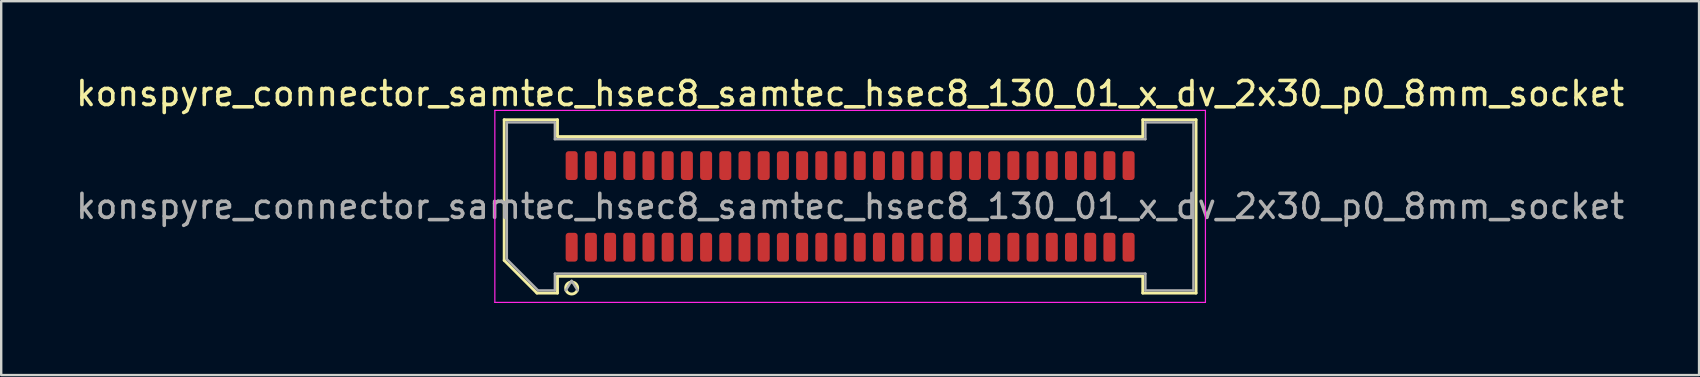
<source format=kicad_pcb>
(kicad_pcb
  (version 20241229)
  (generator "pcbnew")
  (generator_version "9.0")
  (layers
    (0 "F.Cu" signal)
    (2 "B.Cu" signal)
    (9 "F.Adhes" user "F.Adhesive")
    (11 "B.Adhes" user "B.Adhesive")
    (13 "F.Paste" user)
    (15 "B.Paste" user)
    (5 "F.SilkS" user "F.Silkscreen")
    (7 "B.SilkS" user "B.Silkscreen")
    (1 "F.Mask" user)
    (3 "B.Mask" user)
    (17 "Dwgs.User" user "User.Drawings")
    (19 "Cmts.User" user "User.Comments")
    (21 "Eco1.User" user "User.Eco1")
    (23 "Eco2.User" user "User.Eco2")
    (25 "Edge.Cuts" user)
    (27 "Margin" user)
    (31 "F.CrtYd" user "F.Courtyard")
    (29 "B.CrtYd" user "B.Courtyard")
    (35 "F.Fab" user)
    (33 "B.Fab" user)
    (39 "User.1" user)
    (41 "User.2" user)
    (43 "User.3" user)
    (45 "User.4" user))
  (footprint "konspyre_connector_samtec_hsec8_samtec_hsec8_130_01_x_dv_2x30_p0_8mm_socket"
    (layer "F.Cu")
    (at 32.363 5.548)
    (property "Reference" "konspyre_connector_samtec_hsec8_samtec_hsec8_130_01_x_dv_2x30_p0_8mm_socket" (at 0 -4.7 0) (layer "F.SilkS") (effects (font (size 1 1) (thickness 0.15))))
    (attr smd)
    (fp_line (start -14.41 -3.61) (end -12.19 -3.61) (stroke (width 0.12) (type solid)) (layer "F.SilkS"))
    (fp_line (start -14.41 2.246) (end -14.41 -3.61) (stroke (width 0.12) (type solid)) (layer "F.SilkS"))
    (fp_line (start -13.046 3.61) (end -14.41 2.246) (stroke (width 0.12) (type solid)) (layer "F.SilkS"))
    (fp_line (start -12.19 -3.61) (end -12.19 -2.91) (stroke (width 0.12) (type solid)) (layer "F.SilkS"))
    (fp_line (start -12.19 -2.91) (end 12.19 -2.91) (stroke (width 0.12) (type solid)) (layer "F.SilkS"))
    (fp_line (start -12.19 2.91) (end -12.19 3.61) (stroke (width 0.12) (type solid)) (layer "F.SilkS"))
    (fp_line (start -12.19 3.61) (end -13.046 3.61) (stroke (width 0.12) (type solid)) (layer "F.SilkS"))
    (fp_line (start 12.19 -3.61) (end 14.41 -3.61) (stroke (width 0.12) (type solid)) (layer "F.SilkS"))
    (fp_line (start 12.19 -2.91) (end 12.19 -3.61) (stroke (width 0.12) (type solid)) (layer "F.SilkS"))
    (fp_line (start 12.19 2.91) (end -12.19 2.91) (stroke (width 0.12) (type solid)) (layer "F.SilkS"))
    (fp_line (start 12.19 3.61) (end 12.19 2.91) (stroke (width 0.12) (type solid)) (layer "F.SilkS"))
    (fp_line (start 14.41 -3.61) (end 14.41 3.61) (stroke (width 0.12) (type solid)) (layer "F.SilkS"))
    (fp_line (start 14.41 3.61) (end 12.19 3.61) (stroke (width 0.12) (type solid)) (layer "F.SilkS"))
    (fp_arc (start -11.35 3.4) (mid -11.85 3.4) (end -11.35 3.4) (stroke (width 0.12) (type solid)) (layer "F.SilkS"))
    (fp_line (start -14.8 -4) (end -14.8 4) (stroke (width 0.05) (type solid)) (layer "F.CrtYd"))
    (fp_line (start -14.8 4) (end 14.8 4) (stroke (width 0.05) (type solid)) (layer "F.CrtYd"))
    (fp_line (start 14.8 -4) (end -14.8 -4) (stroke (width 0.05) (type solid)) (layer "F.CrtYd"))
    (fp_line (start 14.8 4) (end 14.8 -4) (stroke (width 0.05) (type solid)) (layer "F.CrtYd"))
    (fp_line (start -14.3 -3.5) (end -12.3 -3.5) (stroke (width 0.1) (type solid)) (layer "F.Fab"))
    (fp_line (start -14.3 2.2) (end -14.3 -3.5) (stroke (width 0.1) (type solid)) (layer "F.Fab"))
    (fp_line (start -13 3.5) (end -14.3 2.2) (stroke (width 0.1) (type solid)) (layer "F.Fab"))
    (fp_line (start -12.3 -3.5) (end -12.3 -2.8) (stroke (width 0.1) (type solid)) (layer "F.Fab"))
    (fp_line (start -12.3 -2.8) (end 12.3 -2.8) (stroke (width 0.1) (type solid)) (layer "F.Fab"))
    (fp_line (start -12.3 2.8) (end -12.3 3.5) (stroke (width 0.1) (type solid)) (layer "F.Fab"))
    (fp_line (start -12.3 3.5) (end -13 3.5) (stroke (width 0.1) (type solid)) (layer "F.Fab"))
    (fp_line (start -11.6 3.1) (end -11.85 3.5) (stroke (width 0.1) (type solid)) (layer "F.Fab"))
    (fp_line (start -11.6 3.1) (end -11.35 3.5) (stroke (width 0.1) (type solid)) (layer "F.Fab"))
    (fp_line (start 12.3 -3.5) (end 14.3 -3.5) (stroke (width 0.1) (type solid)) (layer "F.Fab"))
    (fp_line (start 12.3 -2.8) (end 12.3 -3.5) (stroke (width 0.1) (type solid)) (layer "F.Fab"))
    (fp_line (start 12.3 2.8) (end -12.3 2.8) (stroke (width 0.1) (type solid)) (layer "F.Fab"))
    (fp_line (start 12.3 3.5) (end 12.3 2.8) (stroke (width 0.1) (type solid)) (layer "F.Fab"))
    (fp_line (start 14.3 -3.5) (end 14.3 3.5) (stroke (width 0.1) (type solid)) (layer "F.Fab"))
    (fp_line (start 14.3 3.5) (end 12.3 3.5) (stroke (width 0.1) (type solid)) (layer "F.Fab"))
    (fp_text user "${REFERENCE}" (at 0 0 0) (layer "F.Fab") (effects (font (size 1 1) (thickness 0.15))))
    (pad "1" smd roundrect (at -11.6 1.7) (size 0.5 1.2) (layers "F.Cu" "F.Mask" "F.Paste") (roundrect_rratio 0.25))
    (pad "2" smd roundrect (at -11.6 -1.7) (size 0.5 1.2) (layers "F.Cu" "F.Mask" "F.Paste") (roundrect_rratio 0.25))
    (pad "3" smd roundrect (at -10.8 1.7) (size 0.5 1.2) (layers "F.Cu" "F.Mask" "F.Paste") (roundrect_rratio 0.25))
    (pad "4" smd roundrect (at -10.8 -1.7) (size 0.5 1.2) (layers "F.Cu" "F.Mask" "F.Paste") (roundrect_rratio 0.25))
    (pad "5" smd roundrect (at -10 1.7) (size 0.5 1.2) (layers "F.Cu" "F.Mask" "F.Paste") (roundrect_rratio 0.25))
    (pad "6" smd roundrect (at -10 -1.7) (size 0.5 1.2) (layers "F.Cu" "F.Mask" "F.Paste") (roundrect_rratio 0.25))
    (pad "7" smd roundrect (at -9.2 1.7) (size 0.5 1.2) (layers "F.Cu" "F.Mask" "F.Paste") (roundrect_rratio 0.25))
    (pad "8" smd roundrect (at -9.2 -1.7) (size 0.5 1.2) (layers "F.Cu" "F.Mask" "F.Paste") (roundrect_rratio 0.25))
    (pad "9" smd roundrect (at -8.4 1.7) (size 0.5 1.2) (layers "F.Cu" "F.Mask" "F.Paste") (roundrect_rratio 0.25))
    (pad "10" smd roundrect (at -8.4 -1.7) (size 0.5 1.2) (layers "F.Cu" "F.Mask" "F.Paste") (roundrect_rratio 0.25))
    (pad "11" smd roundrect (at -7.6 1.7) (size 0.5 1.2) (layers "F.Cu" "F.Mask" "F.Paste") (roundrect_rratio 0.25))
    (pad "12" smd roundrect (at -7.6 -1.7) (size 0.5 1.2) (layers "F.Cu" "F.Mask" "F.Paste") (roundrect_rratio 0.25))
    (pad "13" smd roundrect (at -6.8 1.7) (size 0.5 1.2) (layers "F.Cu" "F.Mask" "F.Paste") (roundrect_rratio 0.25))
    (pad "14" smd roundrect (at -6.8 -1.7) (size 0.5 1.2) (layers "F.Cu" "F.Mask" "F.Paste") (roundrect_rratio 0.25))
    (pad "15" smd roundrect (at -6 1.7) (size 0.5 1.2) (layers "F.Cu" "F.Mask" "F.Paste") (roundrect_rratio 0.25))
    (pad "16" smd roundrect (at -6 -1.7) (size 0.5 1.2) (layers "F.Cu" "F.Mask" "F.Paste") (roundrect_rratio 0.25))
    (pad "17" smd roundrect (at -5.2 1.7) (size 0.5 1.2) (layers "F.Cu" "F.Mask" "F.Paste") (roundrect_rratio 0.25))
    (pad "18" smd roundrect (at -5.2 -1.7) (size 0.5 1.2) (layers "F.Cu" "F.Mask" "F.Paste") (roundrect_rratio 0.25))
    (pad "19" smd roundrect (at -4.4 1.7) (size 0.5 1.2) (layers "F.Cu" "F.Mask" "F.Paste") (roundrect_rratio 0.25))
    (pad "20" smd roundrect (at -4.4 -1.7) (size 0.5 1.2) (layers "F.Cu" "F.Mask" "F.Paste") (roundrect_rratio 0.25))
    (pad "21" smd roundrect (at -3.6 1.7) (size 0.5 1.2) (layers "F.Cu" "F.Mask" "F.Paste") (roundrect_rratio 0.25))
    (pad "22" smd roundrect (at -3.6 -1.7) (size 0.5 1.2) (layers "F.Cu" "F.Mask" "F.Paste") (roundrect_rratio 0.25))
    (pad "23" smd roundrect (at -2.8 1.7) (size 0.5 1.2) (layers "F.Cu" "F.Mask" "F.Paste") (roundrect_rratio 0.25))
    (pad "24" smd roundrect (at -2.8 -1.7) (size 0.5 1.2) (layers "F.Cu" "F.Mask" "F.Paste") (roundrect_rratio 0.25))
    (pad "25" smd roundrect (at -2 1.7) (size 0.5 1.2) (layers "F.Cu" "F.Mask" "F.Paste") (roundrect_rratio 0.25))
    (pad "26" smd roundrect (at -2 -1.7) (size 0.5 1.2) (layers "F.Cu" "F.Mask" "F.Paste") (roundrect_rratio 0.25))
    (pad "27" smd roundrect (at -1.2 1.7) (size 0.5 1.2) (layers "F.Cu" "F.Mask" "F.Paste") (roundrect_rratio 0.25))
    (pad "28" smd roundrect (at -1.2 -1.7) (size 0.5 1.2) (layers "F.Cu" "F.Mask" "F.Paste") (roundrect_rratio 0.25))
    (pad "29" smd roundrect (at -0.4 1.7) (size 0.5 1.2) (layers "F.Cu" "F.Mask" "F.Paste") (roundrect_rratio 0.25))
    (pad "30" smd roundrect (at -0.4 -1.7) (size 0.5 1.2) (layers "F.Cu" "F.Mask" "F.Paste") (roundrect_rratio 0.25))
    (pad "31" smd roundrect (at 0.4 1.7) (size 0.5 1.2) (layers "F.Cu" "F.Mask" "F.Paste") (roundrect_rratio 0.25))
    (pad "32" smd roundrect (at 0.4 -1.7) (size 0.5 1.2) (layers "F.Cu" "F.Mask" "F.Paste") (roundrect_rratio 0.25))
    (pad "33" smd roundrect (at 1.2 1.7) (size 0.5 1.2) (layers "F.Cu" "F.Mask" "F.Paste") (roundrect_rratio 0.25))
    (pad "34" smd roundrect (at 1.2 -1.7) (size 0.5 1.2) (layers "F.Cu" "F.Mask" "F.Paste") (roundrect_rratio 0.25))
    (pad "35" smd roundrect (at 2 1.7) (size 0.5 1.2) (layers "F.Cu" "F.Mask" "F.Paste") (roundrect_rratio 0.25))
    (pad "36" smd roundrect (at 2 -1.7) (size 0.5 1.2) (layers "F.Cu" "F.Mask" "F.Paste") (roundrect_rratio 0.25))
    (pad "37" smd roundrect (at 2.8 1.7) (size 0.5 1.2) (layers "F.Cu" "F.Mask" "F.Paste") (roundrect_rratio 0.25))
    (pad "38" smd roundrect (at 2.8 -1.7) (size 0.5 1.2) (layers "F.Cu" "F.Mask" "F.Paste") (roundrect_rratio 0.25))
    (pad "39" smd roundrect (at 3.6 1.7) (size 0.5 1.2) (layers "F.Cu" "F.Mask" "F.Paste") (roundrect_rratio 0.25))
    (pad "40" smd roundrect (at 3.6 -1.7) (size 0.5 1.2) (layers "F.Cu" "F.Mask" "F.Paste") (roundrect_rratio 0.25))
    (pad "41" smd roundrect (at 4.4 1.7) (size 0.5 1.2) (layers "F.Cu" "F.Mask" "F.Paste") (roundrect_rratio 0.25))
    (pad "42" smd roundrect (at 4.4 -1.7) (size 0.5 1.2) (layers "F.Cu" "F.Mask" "F.Paste") (roundrect_rratio 0.25))
    (pad "43" smd roundrect (at 5.2 1.7) (size 0.5 1.2) (layers "F.Cu" "F.Mask" "F.Paste") (roundrect_rratio 0.25))
    (pad "44" smd roundrect (at 5.2 -1.7) (size 0.5 1.2) (layers "F.Cu" "F.Mask" "F.Paste") (roundrect_rratio 0.25))
    (pad "45" smd roundrect (at 6 1.7) (size 0.5 1.2) (layers "F.Cu" "F.Mask" "F.Paste") (roundrect_rratio 0.25))
    (pad "46" smd roundrect (at 6 -1.7) (size 0.5 1.2) (layers "F.Cu" "F.Mask" "F.Paste") (roundrect_rratio 0.25))
    (pad "47" smd roundrect (at 6.8 1.7) (size 0.5 1.2) (layers "F.Cu" "F.Mask" "F.Paste") (roundrect_rratio 0.25))
    (pad "48" smd roundrect (at 6.8 -1.7) (size 0.5 1.2) (layers "F.Cu" "F.Mask" "F.Paste") (roundrect_rratio 0.25))
    (pad "49" smd roundrect (at 7.6 1.7) (size 0.5 1.2) (layers "F.Cu" "F.Mask" "F.Paste") (roundrect_rratio 0.25))
    (pad "50" smd roundrect (at 7.6 -1.7) (size 0.5 1.2) (layers "F.Cu" "F.Mask" "F.Paste") (roundrect_rratio 0.25))
    (pad "51" smd roundrect (at 8.4 1.7) (size 0.5 1.2) (layers "F.Cu" "F.Mask" "F.Paste") (roundrect_rratio 0.25))
    (pad "52" smd roundrect (at 8.4 -1.7) (size 0.5 1.2) (layers "F.Cu" "F.Mask" "F.Paste") (roundrect_rratio 0.25))
    (pad "53" smd roundrect (at 9.2 1.7) (size 0.5 1.2) (layers "F.Cu" "F.Mask" "F.Paste") (roundrect_rratio 0.25))
    (pad "54" smd roundrect (at 9.2 -1.7) (size 0.5 1.2) (layers "F.Cu" "F.Mask" "F.Paste") (roundrect_rratio 0.25))
    (pad "55" smd roundrect (at 10 1.7) (size 0.5 1.2) (layers "F.Cu" "F.Mask" "F.Paste") (roundrect_rratio 0.25))
    (pad "56" smd roundrect (at 10 -1.7) (size 0.5 1.2) (layers "F.Cu" "F.Mask" "F.Paste") (roundrect_rratio 0.25))
    (pad "57" smd roundrect (at 10.8 1.7) (size 0.5 1.2) (layers "F.Cu" "F.Mask" "F.Paste") (roundrect_rratio 0.25))
    (pad "58" smd roundrect (at 10.8 -1.7) (size 0.5 1.2) (layers "F.Cu" "F.Mask" "F.Paste") (roundrect_rratio 0.25))
    (pad "59" smd roundrect (at 11.6 1.7) (size 0.5 1.2) (layers "F.Cu" "F.Mask" "F.Paste") (roundrect_rratio 0.25))
    (pad "60" smd roundrect (at 11.6 -1.7) (size 0.5 1.2) (layers "F.Cu" "F.Mask" "F.Paste") (roundrect_rratio 0.25)))
  (gr_rect
    (start -3 -3)
    (end 67.726 12.573)
    (stroke (width 0.1) (type default))
    (fill no)
    (layer "Edge.Cuts")))
</source>
